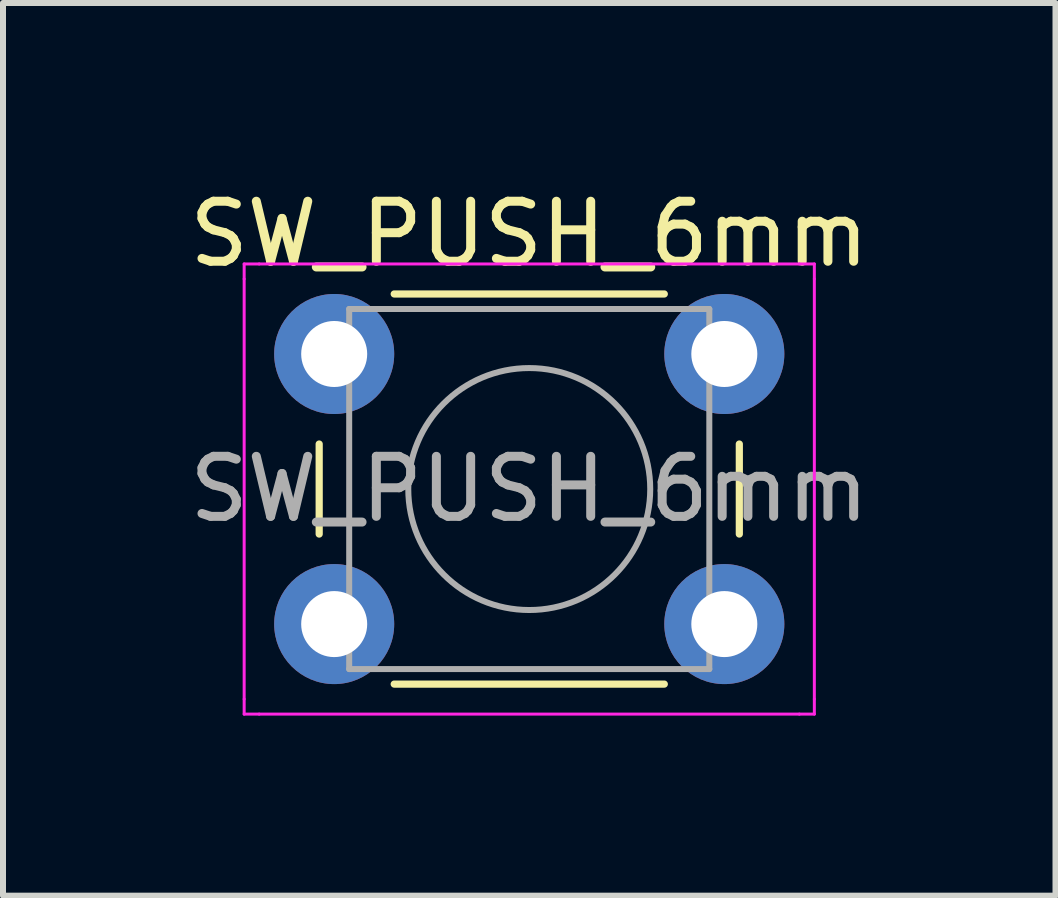
<source format=kicad_pcb>
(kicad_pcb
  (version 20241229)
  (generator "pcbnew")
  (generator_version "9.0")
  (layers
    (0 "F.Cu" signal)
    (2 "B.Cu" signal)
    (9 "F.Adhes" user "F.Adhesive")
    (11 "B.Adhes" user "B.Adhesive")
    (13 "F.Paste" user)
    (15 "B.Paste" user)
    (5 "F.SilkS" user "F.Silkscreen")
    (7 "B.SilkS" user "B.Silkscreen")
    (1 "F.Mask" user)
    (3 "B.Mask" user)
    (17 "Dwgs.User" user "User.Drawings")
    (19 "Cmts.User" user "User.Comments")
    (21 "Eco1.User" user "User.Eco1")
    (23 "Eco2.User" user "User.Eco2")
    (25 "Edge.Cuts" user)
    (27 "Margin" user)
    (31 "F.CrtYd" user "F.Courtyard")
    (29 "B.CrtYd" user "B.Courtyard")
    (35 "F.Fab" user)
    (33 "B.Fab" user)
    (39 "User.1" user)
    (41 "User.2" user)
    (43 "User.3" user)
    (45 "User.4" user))
  (footprint "SW_PUSH_6mm"
    (layer "F.Cu")
    (at 5.768 5.098)
    (property "Reference" "SW_PUSH_6mm" (at 0 -4.25 0) (layer "F.SilkS") (effects (font (size 1 1) (thickness 0.15))))
    (attr through_hole)
    (fp_line (start -3.5 -0.75) (end -3.5 0.75) (stroke (width 0.12) (type solid)) (layer "F.SilkS"))
    (fp_line (start -2.25 3.25) (end 2.25 3.25) (stroke (width 0.12) (type solid)) (layer "F.SilkS"))
    (fp_line (start 2.25 -3.25) (end -2.25 -3.25) (stroke (width 0.12) (type solid)) (layer "F.SilkS"))
    (fp_line (start 3.5 0.75) (end 3.5 -0.75) (stroke (width 0.12) (type solid)) (layer "F.SilkS"))
    (fp_line (start -4.75 -3.75) (end -4.5 -3.75) (stroke (width 0.05) (type solid)) (layer "F.CrtYd"))
    (fp_line (start -4.75 -3.5) (end -4.75 -3.75) (stroke (width 0.05) (type solid)) (layer "F.CrtYd"))
    (fp_line (start -4.75 3.5) (end -4.75 -3.5) (stroke (width 0.05) (type solid)) (layer "F.CrtYd"))
    (fp_line (start -4.75 3.5) (end -4.75 3.75) (stroke (width 0.05) (type solid)) (layer "F.CrtYd"))
    (fp_line (start -4.75 3.75) (end -4.5 3.75) (stroke (width 0.05) (type solid)) (layer "F.CrtYd"))
    (fp_line (start -4.5 -3.75) (end 4.5 -3.75) (stroke (width 0.05) (type solid)) (layer "F.CrtYd"))
    (fp_line (start 4.5 -3.75) (end 4.75 -3.75) (stroke (width 0.05) (type solid)) (layer "F.CrtYd"))
    (fp_line (start 4.5 3.75) (end -4.5 3.75) (stroke (width 0.05) (type solid)) (layer "F.CrtYd"))
    (fp_line (start 4.5 3.75) (end 4.75 3.75) (stroke (width 0.05) (type solid)) (layer "F.CrtYd"))
    (fp_line (start 4.75 -3.75) (end 4.75 -3.5) (stroke (width 0.05) (type solid)) (layer "F.CrtYd"))
    (fp_line (start 4.75 -3.5) (end 4.75 3.5) (stroke (width 0.05) (type solid)) (layer "F.CrtYd"))
    (fp_line (start 4.75 3.75) (end 4.75 3.5) (stroke (width 0.05) (type solid)) (layer "F.CrtYd"))
    (fp_line (start -3 -3) (end 0 -3) (stroke (width 0.1) (type solid)) (layer "F.Fab"))
    (fp_line (start -3 3) (end -3 -3) (stroke (width 0.1) (type solid)) (layer "F.Fab"))
    (fp_line (start 0 -3) (end 3 -3) (stroke (width 0.1) (type solid)) (layer "F.Fab"))
    (fp_line (start 3 -3) (end 3 3) (stroke (width 0.1) (type solid)) (layer "F.Fab"))
    (fp_line (start 3 3) (end -3 3) (stroke (width 0.1) (type solid)) (layer "F.Fab"))
    (fp_circle (center 0 0) (end -2 0.25) (stroke (width 0.1) (type solid)) (fill no) (layer "F.Fab"))
    (fp_text user "${REFERENCE}" (at 0 0 0) (layer "F.Fab") (effects (font (size 1 1) (thickness 0.15))))
    (pad "1" thru_hole circle (at -3.25 -2.25 90) (size 2 2) (drill 1.1) (layers "*.Cu" "*.Mask"))
    (pad "2" thru_hole circle (at 3.25 -2.25 90) (size 2 2) (drill 1.1) (layers "*.Cu" "*.Mask"))
    (pad "3" thru_hole circle (at -3.25 2.25 90) (size 2 2) (drill 1.1) (layers "*.Cu" "*.Mask"))
    (pad "4" thru_hole circle (at 3.25 2.25 90) (size 2 2) (drill 1.1) (layers "*.Cu" "*.Mask")))
  (gr_rect
    (start -3 -3)
    (end 14.536 11.873)
    (stroke (width 0.1) (type default))
    (fill no)
    (layer "Edge.Cuts")))
</source>
